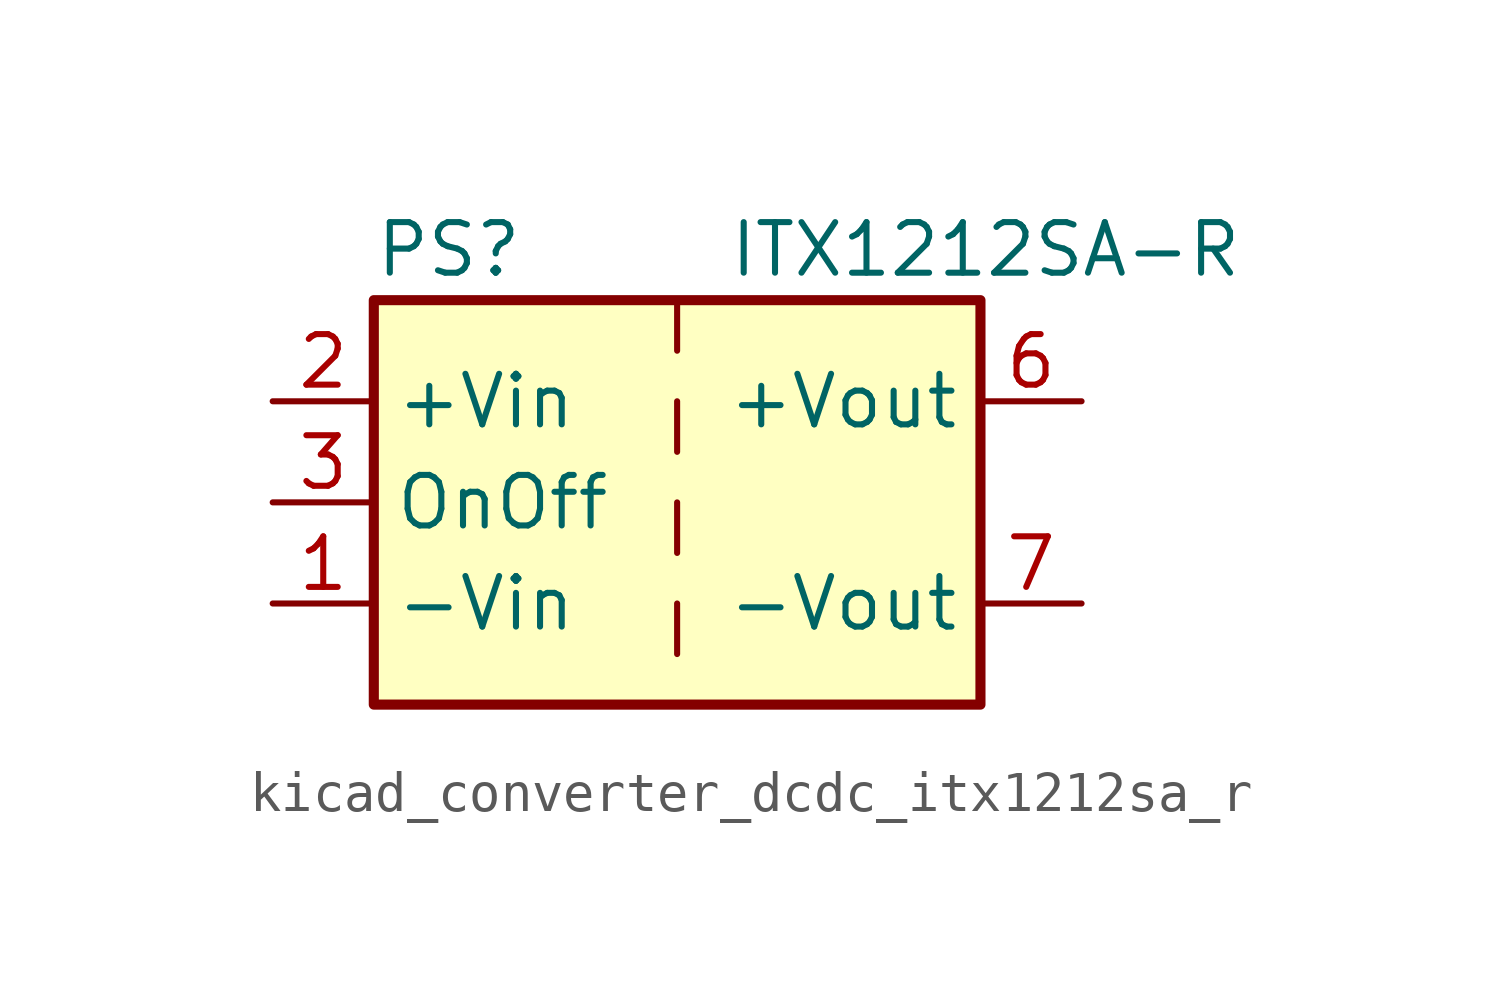
<source format=kicad_sym>
(kicad_symbol_lib
  (version 20220914)
  (generator kicad_symbol_editor)
  (symbol "kicad_converter_dcdc_itx1212sa_r"
    (property "Reference" "PS"
      (at -7.62 6.35 0)
      (effects (font (size 1.27 1.27)) (justify left)))
    (property "Value" "ITX1212SA-R"
      (at 1.27 6.35 0)
      (effects (font (size 1.27 1.27)) (justify left)))
    (symbol "kicad_converter_dcdc_itx1212sa_r_0_0"
      (pin power_in line (at -10.16 -2.54 0) (length 2.54) (name "-Vin" (effects (font (size 1.27 1.27)))) (number "1" (effects (font (size 1.27 1.27)))))
      (pin power_in line (at -10.16 2.54 0) (length 2.54) (name "+Vin" (effects (font (size 1.27 1.27)))) (number "2" (effects (font (size 1.27 1.27)))))
      (pin input line (at -10.16 0 0) (length 2.54) (name "OnOff" (effects (font (size 1.27 1.27)))) (number "3" (effects (font (size 1.27 1.27)))))
      (pin no_connect line (at 0 5.08 270) (length 2.54) hide (name "NC" (effects (font (size 1.27 1.27)))) (number "5" (effects (font (size 1.27 1.27)))))
      (pin power_out line (at 10.16 2.54 180) (length 2.54) (name "+Vout" (effects (font (size 1.27 1.27)))) (number "6" (effects (font (size 1.27 1.27)))))
      (pin power_out line (at 10.16 -2.54 180) (length 2.54) (name "-Vout" (effects (font (size 1.27 1.27)))) (number "7" (effects (font (size 1.27 1.27)))))
      (pin no_connect line (at 7.62 0 180) (length 2.54) hide (name "NC" (effects (font (size 1.27 1.27)))) (number "8" (effects (font (size 1.27 1.27))))))
    (symbol "kicad_converter_dcdc_itx1212sa_r_0_1"
      (rectangle (start -7.62 5.08) (end 7.62 -5.08) (stroke (width 0.254) (type default)) (fill (type background)))
      (polyline (pts (xy 0 -2.54) (xy 0 -3.81)) (stroke (width 0) (type default)) (fill (type none)))
      (polyline (pts (xy 0 0) (xy 0 -1.27)) (stroke (width 0) (type default)) (fill (type none)))
      (polyline (pts (xy 0 2.54) (xy 0 1.27)) (stroke (width 0) (type default)) (fill (type none)))
      (polyline (pts (xy 0 5.08) (xy 0 3.81)) (stroke (width 0) (type default)) (fill (type none))))))
</source>
